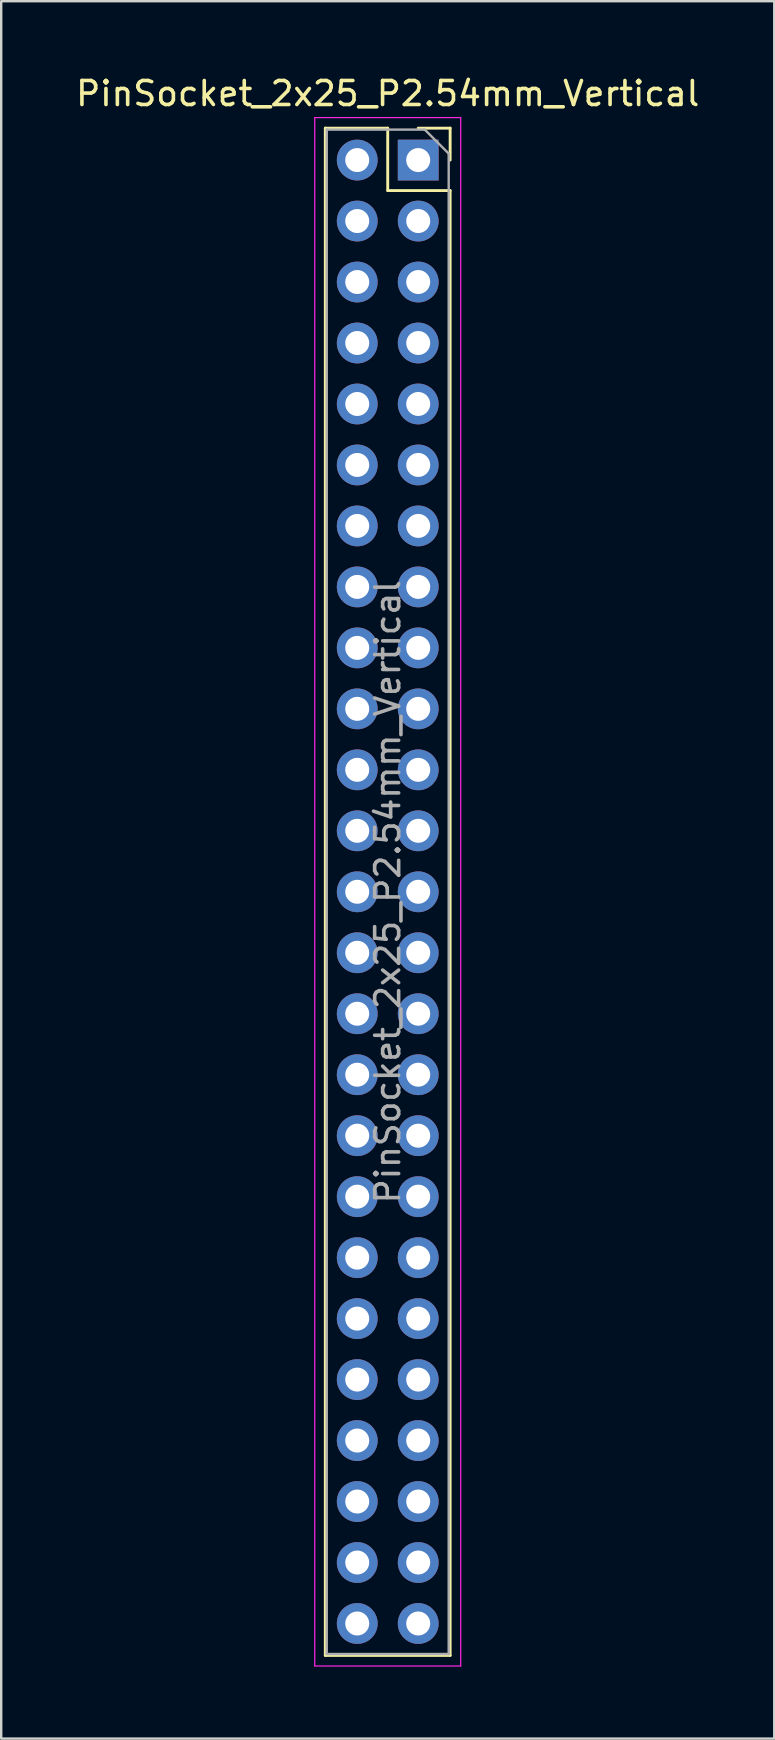
<source format=kicad_pcb>
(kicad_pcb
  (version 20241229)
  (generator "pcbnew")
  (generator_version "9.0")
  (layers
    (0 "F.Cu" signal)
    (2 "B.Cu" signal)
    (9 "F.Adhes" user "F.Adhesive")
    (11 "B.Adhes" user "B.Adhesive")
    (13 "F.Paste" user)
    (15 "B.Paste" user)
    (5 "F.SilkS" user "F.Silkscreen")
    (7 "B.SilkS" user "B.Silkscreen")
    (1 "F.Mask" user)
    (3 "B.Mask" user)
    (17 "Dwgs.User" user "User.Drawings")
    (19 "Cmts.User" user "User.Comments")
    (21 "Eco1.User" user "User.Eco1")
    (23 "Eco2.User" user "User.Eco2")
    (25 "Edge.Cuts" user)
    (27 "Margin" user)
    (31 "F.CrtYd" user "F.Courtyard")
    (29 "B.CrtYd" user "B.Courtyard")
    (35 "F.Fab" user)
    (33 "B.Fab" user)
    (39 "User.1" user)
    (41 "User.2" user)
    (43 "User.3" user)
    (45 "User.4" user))
  (footprint "PinSocket_2x25_P2.54mm_Vertical"
    (layer "F.Cu")
    (at 14.371 3.618)
    (property "Reference" "PinSocket_2x25_P2.54mm_Vertical" (at -1.27 -2.77 0) (layer "F.SilkS") (effects (font (size 1 1) (thickness 0.15))))
    (attr through_hole)
    (fp_line (start -3.87 -1.33) (end -3.87 62.29) (stroke (width 0.12) (type solid)) (layer "F.SilkS"))
    (fp_line (start -3.87 -1.33) (end -1.27 -1.33) (stroke (width 0.12) (type solid)) (layer "F.SilkS"))
    (fp_line (start -3.87 62.29) (end 1.33 62.29) (stroke (width 0.12) (type solid)) (layer "F.SilkS"))
    (fp_line (start -1.27 -1.33) (end -1.27 1.27) (stroke (width 0.12) (type solid)) (layer "F.SilkS"))
    (fp_line (start -1.27 1.27) (end 1.33 1.27) (stroke (width 0.12) (type solid)) (layer "F.SilkS"))
    (fp_line (start 0 -1.33) (end 1.33 -1.33) (stroke (width 0.12) (type solid)) (layer "F.SilkS"))
    (fp_line (start 1.33 -1.33) (end 1.33 0) (stroke (width 0.12) (type solid)) (layer "F.SilkS"))
    (fp_line (start 1.33 1.27) (end 1.33 62.29) (stroke (width 0.12) (type solid)) (layer "F.SilkS"))
    (fp_line (start -4.31 -1.77) (end 1.77 -1.77) (stroke (width 0.05) (type solid)) (layer "F.CrtYd"))
    (fp_line (start -4.31 62.73) (end -4.31 -1.77) (stroke (width 0.05) (type solid)) (layer "F.CrtYd"))
    (fp_line (start 1.77 -1.77) (end 1.77 62.73) (stroke (width 0.05) (type solid)) (layer "F.CrtYd"))
    (fp_line (start 1.77 62.73) (end -4.31 62.73) (stroke (width 0.05) (type solid)) (layer "F.CrtYd"))
    (fp_line (start -3.81 -1.27) (end 0.27 -1.27) (stroke (width 0.1) (type solid)) (layer "F.Fab"))
    (fp_line (start -3.81 62.23) (end -3.81 -1.27) (stroke (width 0.1) (type solid)) (layer "F.Fab"))
    (fp_line (start 0.27 -1.27) (end 1.27 -0.27) (stroke (width 0.1) (type solid)) (layer "F.Fab"))
    (fp_line (start 1.27 -0.27) (end 1.27 62.23) (stroke (width 0.1) (type solid)) (layer "F.Fab"))
    (fp_line (start 1.27 62.23) (end -3.81 62.23) (stroke (width 0.1) (type solid)) (layer "F.Fab"))
    (fp_text user "${REFERENCE}" (at -1.27 30.48 90) (layer "F.Fab") (effects (font (size 1 1) (thickness 0.15))))
    (pad "1" thru_hole rect (at 0 0) (size 1.7 1.7) (drill 1) (layers "*.Cu" "*.Mask"))
    (pad "2" thru_hole circle (at -2.54 0) (size 1.7 1.7) (drill 1) (layers "*.Cu" "*.Mask"))
    (pad "3" thru_hole circle (at 0 2.54) (size 1.7 1.7) (drill 1) (layers "*.Cu" "*.Mask"))
    (pad "4" thru_hole circle (at -2.54 2.54) (size 1.7 1.7) (drill 1) (layers "*.Cu" "*.Mask"))
    (pad "5" thru_hole circle (at 0 5.08) (size 1.7 1.7) (drill 1) (layers "*.Cu" "*.Mask"))
    (pad "6" thru_hole circle (at -2.54 5.08) (size 1.7 1.7) (drill 1) (layers "*.Cu" "*.Mask"))
    (pad "7" thru_hole circle (at 0 7.62) (size 1.7 1.7) (drill 1) (layers "*.Cu" "*.Mask"))
    (pad "8" thru_hole circle (at -2.54 7.62) (size 1.7 1.7) (drill 1) (layers "*.Cu" "*.Mask"))
    (pad "9" thru_hole circle (at 0 10.16) (size 1.7 1.7) (drill 1) (layers "*.Cu" "*.Mask"))
    (pad "10" thru_hole circle (at -2.54 10.16) (size 1.7 1.7) (drill 1) (layers "*.Cu" "*.Mask"))
    (pad "11" thru_hole circle (at 0 12.7) (size 1.7 1.7) (drill 1) (layers "*.Cu" "*.Mask"))
    (pad "12" thru_hole circle (at -2.54 12.7) (size 1.7 1.7) (drill 1) (layers "*.Cu" "*.Mask"))
    (pad "13" thru_hole circle (at 0 15.24) (size 1.7 1.7) (drill 1) (layers "*.Cu" "*.Mask"))
    (pad "14" thru_hole circle (at -2.54 15.24) (size 1.7 1.7) (drill 1) (layers "*.Cu" "*.Mask"))
    (pad "15" thru_hole circle (at 0 17.78) (size 1.7 1.7) (drill 1) (layers "*.Cu" "*.Mask"))
    (pad "16" thru_hole circle (at -2.54 17.78) (size 1.7 1.7) (drill 1) (layers "*.Cu" "*.Mask"))
    (pad "17" thru_hole circle (at 0 20.32) (size 1.7 1.7) (drill 1) (layers "*.Cu" "*.Mask"))
    (pad "18" thru_hole circle (at -2.54 20.32) (size 1.7 1.7) (drill 1) (layers "*.Cu" "*.Mask"))
    (pad "19" thru_hole circle (at 0 22.86) (size 1.7 1.7) (drill 1) (layers "*.Cu" "*.Mask"))
    (pad "20" thru_hole circle (at -2.54 22.86) (size 1.7 1.7) (drill 1) (layers "*.Cu" "*.Mask"))
    (pad "21" thru_hole circle (at 0 25.4) (size 1.7 1.7) (drill 1) (layers "*.Cu" "*.Mask"))
    (pad "22" thru_hole circle (at -2.54 25.4) (size 1.7 1.7) (drill 1) (layers "*.Cu" "*.Mask"))
    (pad "23" thru_hole circle (at 0 27.94) (size 1.7 1.7) (drill 1) (layers "*.Cu" "*.Mask"))
    (pad "24" thru_hole circle (at -2.54 27.94) (size 1.7 1.7) (drill 1) (layers "*.Cu" "*.Mask"))
    (pad "25" thru_hole circle (at 0 30.48) (size 1.7 1.7) (drill 1) (layers "*.Cu" "*.Mask"))
    (pad "26" thru_hole circle (at -2.54 30.48) (size 1.7 1.7) (drill 1) (layers "*.Cu" "*.Mask"))
    (pad "27" thru_hole circle (at 0 33.02) (size 1.7 1.7) (drill 1) (layers "*.Cu" "*.Mask"))
    (pad "28" thru_hole circle (at -2.54 33.02) (size 1.7 1.7) (drill 1) (layers "*.Cu" "*.Mask"))
    (pad "29" thru_hole circle (at 0 35.56) (size 1.7 1.7) (drill 1) (layers "*.Cu" "*.Mask"))
    (pad "30" thru_hole circle (at -2.54 35.56) (size 1.7 1.7) (drill 1) (layers "*.Cu" "*.Mask"))
    (pad "31" thru_hole circle (at 0 38.1) (size 1.7 1.7) (drill 1) (layers "*.Cu" "*.Mask"))
    (pad "32" thru_hole circle (at -2.54 38.1) (size 1.7 1.7) (drill 1) (layers "*.Cu" "*.Mask"))
    (pad "33" thru_hole circle (at 0 40.64) (size 1.7 1.7) (drill 1) (layers "*.Cu" "*.Mask"))
    (pad "34" thru_hole circle (at -2.54 40.64) (size 1.7 1.7) (drill 1) (layers "*.Cu" "*.Mask"))
    (pad "35" thru_hole circle (at 0 43.18) (size 1.7 1.7) (drill 1) (layers "*.Cu" "*.Mask"))
    (pad "36" thru_hole circle (at -2.54 43.18) (size 1.7 1.7) (drill 1) (layers "*.Cu" "*.Mask"))
    (pad "37" thru_hole circle (at 0 45.72) (size 1.7 1.7) (drill 1) (layers "*.Cu" "*.Mask"))
    (pad "38" thru_hole circle (at -2.54 45.72) (size 1.7 1.7) (drill 1) (layers "*.Cu" "*.Mask"))
    (pad "39" thru_hole circle (at 0 48.26) (size 1.7 1.7) (drill 1) (layers "*.Cu" "*.Mask"))
    (pad "40" thru_hole circle (at -2.54 48.26) (size 1.7 1.7) (drill 1) (layers "*.Cu" "*.Mask"))
    (pad "41" thru_hole circle (at 0 50.8) (size 1.7 1.7) (drill 1) (layers "*.Cu" "*.Mask"))
    (pad "42" thru_hole circle (at -2.54 50.8) (size 1.7 1.7) (drill 1) (layers "*.Cu" "*.Mask"))
    (pad "43" thru_hole circle (at 0 53.34) (size 1.7 1.7) (drill 1) (layers "*.Cu" "*.Mask"))
    (pad "44" thru_hole circle (at -2.54 53.34) (size 1.7 1.7) (drill 1) (layers "*.Cu" "*.Mask"))
    (pad "45" thru_hole circle (at 0 55.88) (size 1.7 1.7) (drill 1) (layers "*.Cu" "*.Mask"))
    (pad "46" thru_hole circle (at -2.54 55.88) (size 1.7 1.7) (drill 1) (layers "*.Cu" "*.Mask"))
    (pad "47" thru_hole circle (at 0 58.42) (size 1.7 1.7) (drill 1) (layers "*.Cu" "*.Mask"))
    (pad "48" thru_hole circle (at -2.54 58.42) (size 1.7 1.7) (drill 1) (layers "*.Cu" "*.Mask"))
    (pad "49" thru_hole circle (at 0 60.96) (size 1.7 1.7) (drill 1) (layers "*.Cu" "*.Mask"))
    (pad "50" thru_hole circle (at -2.54 60.96) (size 1.7 1.7) (drill 1) (layers "*.Cu" "*.Mask")))
  (gr_rect
    (start -3 -3)
    (end 29.202 69.373)
    (stroke (width 0.1) (type default))
    (fill no)
    (layer "Edge.Cuts")))
</source>
